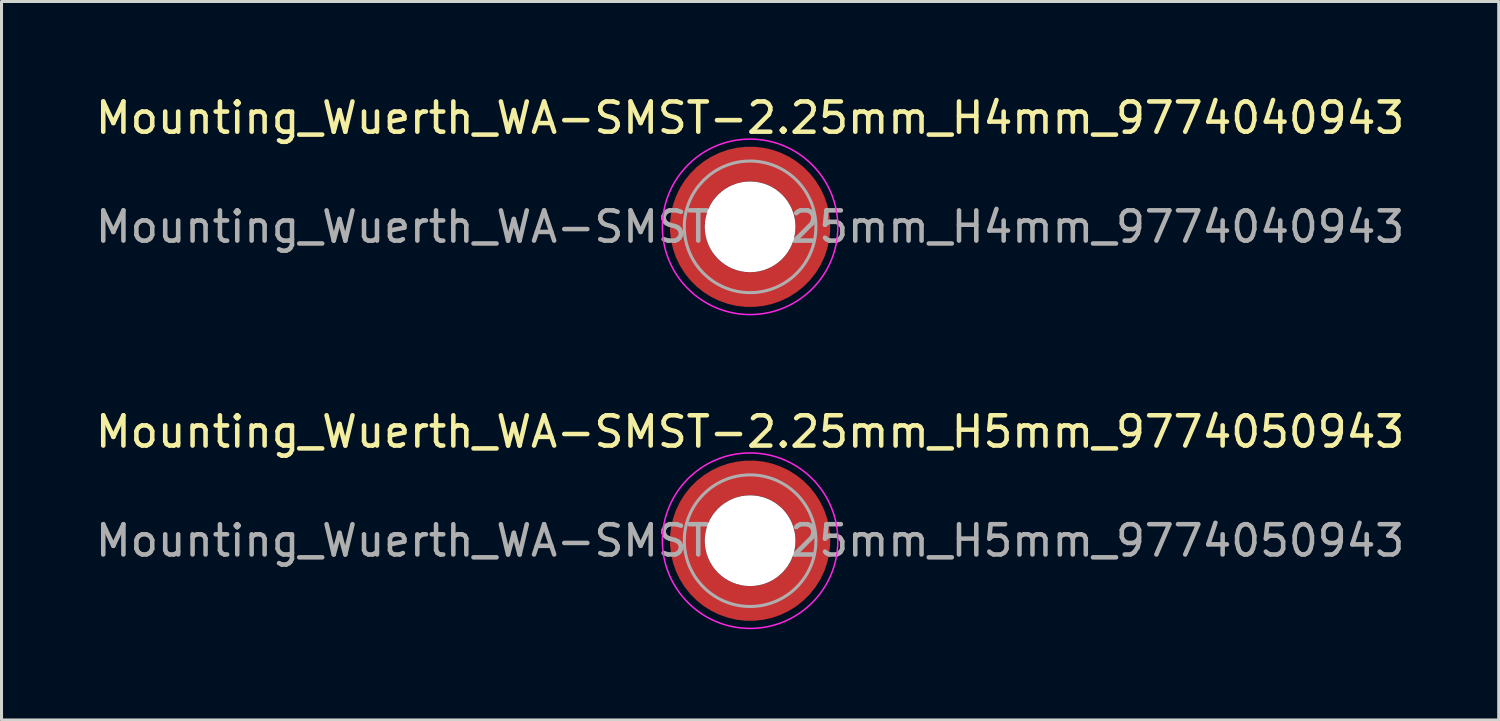
<source format=kicad_pcb>
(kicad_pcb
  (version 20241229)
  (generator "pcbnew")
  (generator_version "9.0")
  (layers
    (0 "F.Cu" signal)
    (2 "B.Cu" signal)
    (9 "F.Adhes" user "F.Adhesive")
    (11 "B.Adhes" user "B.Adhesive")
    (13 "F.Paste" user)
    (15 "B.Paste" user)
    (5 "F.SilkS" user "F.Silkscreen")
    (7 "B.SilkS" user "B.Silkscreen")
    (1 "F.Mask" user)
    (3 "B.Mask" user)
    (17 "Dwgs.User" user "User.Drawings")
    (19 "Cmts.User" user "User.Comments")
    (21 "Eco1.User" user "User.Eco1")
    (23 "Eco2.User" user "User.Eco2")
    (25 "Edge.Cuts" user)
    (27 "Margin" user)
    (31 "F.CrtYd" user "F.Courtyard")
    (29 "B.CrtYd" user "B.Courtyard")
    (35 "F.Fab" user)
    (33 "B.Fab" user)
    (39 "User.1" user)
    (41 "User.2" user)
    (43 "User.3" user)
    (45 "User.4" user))
  (footprint "Mounting_Wuerth_WA-SMST-2.25mm_H5mm_9774050943"
    (layer "F.Cu")
    (at 21.744 14.822)
    (property "Reference" "Mounting_Wuerth_WA-SMST-2.25mm_H5mm_9774050943" (at 0 -3.6 0) (layer "F.SilkS") (effects (font (size 1 1) (thickness 0.15))))
    (attr smd allow_soldermask_bridges)
    (fp_circle (center 0 0) (end 2.9 0) (stroke (width 0.05) (type solid)) (fill no) (layer "F.CrtYd"))
    (fp_circle (center 0 0) (end 2.175 0) (stroke (width 0.1) (type solid)) (fill no) (layer "F.Fab"))
    (fp_text user "${REFERENCE}" (at 0 0 0) (layer "F.Fab") (effects (font (size 1 1) (thickness 0.15))))
    (pad "" smd custom (at -1.453 -1.453) (size 0.505 0.505) (layers "F.Paste") (options (anchor circle)) (primitives (gr_arc (start -0.147677 1.053104) (mid 0.286378 0.286378) (end 1.053104 -0.147677) (width 0.2)) (gr_arc (start -0.240295 1.053104) (mid 0.222739 0.222739) (end 1.053104 -0.240295) (width 0.2)) (gr_arc (start -0.332645 1.053104) (mid 0.159099 0.159099) (end 1.053104 -0.332645) (width 0.2)) (gr_arc (start -0.424767 1.053104) (mid 0.095459 0.095459) (end 1.053104 -0.424767) (width 0.2)) (gr_arc (start -0.516693 1.053104) (mid 0.03182 0.03182) (end 1.053104 -0.516693) (width 0.2)) (gr_arc (start -0.608448 1.053104) (mid -0.03182 -0.03182) (end 1.053104 -0.608448) (width 0.2)) (gr_arc (start -0.700056 1.053104) (mid -0.095459 -0.095459) (end 1.053104 -0.700056) (width 0.2)) (gr_arc (start -0.791534 1.053104) (mid -0.159099 -0.159099) (end 1.053104 -0.791534) (width 0.2)) (gr_arc (start -0.882896 1.053104) (mid -0.222739 -0.222739) (end 1.053104 -0.882896) (width 0.2)) (gr_arc (start -0.974157 1.053104) (mid -0.286378 -0.286378) (end 1.053104 -0.974157) (width 0.2)) (gr_line (start 1.053 -0.148) (end 1.053 -0.974) (width 0.2)) (gr_line (start -0.148 1.053) (end -0.974 1.053) (width 0.2))))
    (pad "" smd custom (at -1.453 1.453) (size 0.505 0.505) (layers "F.Paste") (options (anchor circle)) (primitives (gr_arc (start 1.053104 0.147677) (mid 0.286378 -0.286378) (end -0.147677 -1.053104) (width 0.2)) (gr_arc (start 1.053104 0.240295) (mid 0.222739 -0.222739) (end -0.240295 -1.053104) (width 0.2)) (gr_arc (start 1.053104 0.332645) (mid 0.159099 -0.159099) (end -0.332645 -1.053104) (width 0.2)) (gr_arc (start 1.053104 0.424767) (mid 0.095459 -0.095459) (end -0.424767 -1.053104) (width 0.2)) (gr_arc (start 1.053104 0.516693) (mid 0.03182 -0.03182) (end -0.516693 -1.053104) (width 0.2)) (gr_arc (start 1.053104 0.608448) (mid -0.03182 0.03182) (end -0.608448 -1.053104) (width 0.2)) (gr_arc (start 1.053104 0.700056) (mid -0.095459 0.095459) (end -0.700056 -1.053104) (width 0.2)) (gr_arc (start 1.053104 0.791534) (mid -0.159099 0.159099) (end -0.791534 -1.053104) (width 0.2)) (gr_arc (start 1.053104 0.882896) (mid -0.222739 0.222739) (end -0.882896 -1.053104) (width 0.2)) (gr_arc (start 1.053104 0.974157) (mid -0.286378 0.286378) (end -0.974157 -1.053104) (width 0.2)) (gr_line (start -0.148 -1.053) (end -0.974 -1.053) (width 0.2)) (gr_line (start 1.053 0.148) (end 1.053 0.974) (width 0.2))))
    (pad "" np_thru_hole circle (at 0 0) (size 3 3) (drill 3) (layers "*.Cu" "*.Mask"))
    (pad "" smd custom (at 1.453 -1.453) (size 0.505 0.505) (layers "F.Paste") (options (anchor circle)) (primitives (gr_arc (start -1.053104 -0.147677) (mid -0.286378 0.286378) (end 0.147677 1.053104) (width 0.2)) (gr_arc (start -1.053104 -0.240295) (mid -0.222739 0.222739) (end 0.240295 1.053104) (width 0.2)) (gr_arc (start -1.053104 -0.332645) (mid -0.159099 0.159099) (end 0.332645 1.053104) (width 0.2)) (gr_arc (start -1.053104 -0.424767) (mid -0.095459 0.095459) (end 0.424767 1.053104) (width 0.2)) (gr_arc (start -1.053104 -0.516693) (mid -0.03182 0.03182) (end 0.516693 1.053104) (width 0.2)) (gr_arc (start -1.053104 -0.608448) (mid 0.03182 -0.03182) (end 0.608448 1.053104) (width 0.2)) (gr_arc (start -1.053104 -0.700056) (mid 0.095459 -0.095459) (end 0.700056 1.053104) (width 0.2)) (gr_arc (start -1.053104 -0.791534) (mid 0.159099 -0.159099) (end 0.791534 1.053104) (width 0.2)) (gr_arc (start -1.053104 -0.882896) (mid 0.222739 -0.222739) (end 0.882896 1.053104) (width 0.2)) (gr_arc (start -1.053104 -0.974157) (mid 0.286378 -0.286378) (end 0.974157 1.053104) (width 0.2)) (gr_line (start 0.148 1.053) (end 0.974 1.053) (width 0.2)) (gr_line (start -1.053 -0.148) (end -1.053 -0.974) (width 0.2))))
    (pad "" smd custom (at 1.453 1.453) (size 0.505 0.505) (layers "F.Paste") (options (anchor circle)) (primitives (gr_arc (start 0.147677 -1.053104) (mid -0.286378 -0.286378) (end -1.053104 0.147677) (width 0.2)) (gr_arc (start 0.240295 -1.053104) (mid -0.222739 -0.222739) (end -1.053104 0.240295) (width 0.2)) (gr_arc (start 0.332645 -1.053104) (mid -0.159099 -0.159099) (end -1.053104 0.332645) (width 0.2)) (gr_arc (start 0.424767 -1.053104) (mid -0.095459 -0.095459) (end -1.053104 0.424767) (width 0.2)) (gr_arc (start 0.516693 -1.053104) (mid -0.03182 -0.03182) (end -1.053104 0.516693) (width 0.2)) (gr_arc (start 0.608448 -1.053104) (mid 0.03182 0.03182) (end -1.053104 0.608448) (width 0.2)) (gr_arc (start 0.700056 -1.053104) (mid 0.095459 0.095459) (end -1.053104 0.700056) (width 0.2)) (gr_arc (start 0.791534 -1.053104) (mid 0.159099 0.159099) (end -1.053104 0.791534) (width 0.2)) (gr_arc (start 0.882896 -1.053104) (mid 0.222739 0.222739) (end -1.053104 0.882896) (width 0.2)) (gr_arc (start 0.974157 -1.053104) (mid 0.286378 0.286378) (end -1.053104 0.974157) (width 0.2)) (gr_line (start -1.053 0.148) (end -1.053 0.974) (width 0.2)) (gr_line (start 0.148 -1.053) (end 0.974 -1.053) (width 0.2))))
    (pad "1" smd circle (at -2.075 0) (size 0.642 0.642) (layers "F.Cu"))
    (pad "1" smd circle (at 0 -2.075) (size 0.642 0.642) (layers "F.Cu"))
    (pad "1" smd circle (at 0 2.075) (size 0.642 0.642) (layers "F.Cu"))
    (pad "1" smd custom (at 2.075 0) (size 1.15 1.15) (layers "F.Cu" "F.Mask") (options (anchor circle)) (primitives (gr_circle (center -2.075 0) (end 0 0) (width 1.15) (fill no)))))
  (footprint "Mounting_Wuerth_WA-SMST-2.25mm_H4mm_9774040943"
    (layer "F.Cu")
    (at 21.744 4.448)
    (property "Reference" "Mounting_Wuerth_WA-SMST-2.25mm_H4mm_9774040943" (at 0 -3.6 0) (layer "F.SilkS") (effects (font (size 1 1) (thickness 0.15))))
    (attr smd allow_soldermask_bridges)
    (fp_circle (center 0 0) (end 2.9 0) (stroke (width 0.05) (type solid)) (fill no) (layer "F.CrtYd"))
    (fp_circle (center 0 0) (end 2.175 0) (stroke (width 0.1) (type solid)) (fill no) (layer "F.Fab"))
    (fp_text user "${REFERENCE}" (at 0 0 0) (layer "F.Fab") (effects (font (size 1 1) (thickness 0.15))))
    (pad "" smd custom (at -1.453 -1.453) (size 0.505 0.505) (layers "F.Paste") (options (anchor circle)) (primitives (gr_arc (start -0.147677 1.053104) (mid 0.286378 0.286378) (end 1.053104 -0.147677) (width 0.2)) (gr_arc (start -0.240295 1.053104) (mid 0.222739 0.222739) (end 1.053104 -0.240295) (width 0.2)) (gr_arc (start -0.332645 1.053104) (mid 0.159099 0.159099) (end 1.053104 -0.332645) (width 0.2)) (gr_arc (start -0.424767 1.053104) (mid 0.095459 0.095459) (end 1.053104 -0.424767) (width 0.2)) (gr_arc (start -0.516693 1.053104) (mid 0.03182 0.03182) (end 1.053104 -0.516693) (width 0.2)) (gr_arc (start -0.608448 1.053104) (mid -0.03182 -0.03182) (end 1.053104 -0.608448) (width 0.2)) (gr_arc (start -0.700056 1.053104) (mid -0.095459 -0.095459) (end 1.053104 -0.700056) (width 0.2)) (gr_arc (start -0.791534 1.053104) (mid -0.159099 -0.159099) (end 1.053104 -0.791534) (width 0.2)) (gr_arc (start -0.882896 1.053104) (mid -0.222739 -0.222739) (end 1.053104 -0.882896) (width 0.2)) (gr_arc (start -0.974157 1.053104) (mid -0.286378 -0.286378) (end 1.053104 -0.974157) (width 0.2)) (gr_line (start 1.053 -0.148) (end 1.053 -0.974) (width 0.2)) (gr_line (start -0.148 1.053) (end -0.974 1.053) (width 0.2))))
    (pad "" smd custom (at -1.453 1.453) (size 0.505 0.505) (layers "F.Paste") (options (anchor circle)) (primitives (gr_arc (start 1.053104 0.147677) (mid 0.286378 -0.286378) (end -0.147677 -1.053104) (width 0.2)) (gr_arc (start 1.053104 0.240295) (mid 0.222739 -0.222739) (end -0.240295 -1.053104) (width 0.2)) (gr_arc (start 1.053104 0.332645) (mid 0.159099 -0.159099) (end -0.332645 -1.053104) (width 0.2)) (gr_arc (start 1.053104 0.424767) (mid 0.095459 -0.095459) (end -0.424767 -1.053104) (width 0.2)) (gr_arc (start 1.053104 0.516693) (mid 0.03182 -0.03182) (end -0.516693 -1.053104) (width 0.2)) (gr_arc (start 1.053104 0.608448) (mid -0.03182 0.03182) (end -0.608448 -1.053104) (width 0.2)) (gr_arc (start 1.053104 0.700056) (mid -0.095459 0.095459) (end -0.700056 -1.053104) (width 0.2)) (gr_arc (start 1.053104 0.791534) (mid -0.159099 0.159099) (end -0.791534 -1.053104) (width 0.2)) (gr_arc (start 1.053104 0.882896) (mid -0.222739 0.222739) (end -0.882896 -1.053104) (width 0.2)) (gr_arc (start 1.053104 0.974157) (mid -0.286378 0.286378) (end -0.974157 -1.053104) (width 0.2)) (gr_line (start -0.148 -1.053) (end -0.974 -1.053) (width 0.2)) (gr_line (start 1.053 0.148) (end 1.053 0.974) (width 0.2))))
    (pad "" np_thru_hole circle (at 0 0) (size 3 3) (drill 3) (layers "*.Cu" "*.Mask"))
    (pad "" smd custom (at 1.453 -1.453) (size 0.505 0.505) (layers "F.Paste") (options (anchor circle)) (primitives (gr_arc (start -1.053104 -0.147677) (mid -0.286378 0.286378) (end 0.147677 1.053104) (width 0.2)) (gr_arc (start -1.053104 -0.240295) (mid -0.222739 0.222739) (end 0.240295 1.053104) (width 0.2)) (gr_arc (start -1.053104 -0.332645) (mid -0.159099 0.159099) (end 0.332645 1.053104) (width 0.2)) (gr_arc (start -1.053104 -0.424767) (mid -0.095459 0.095459) (end 0.424767 1.053104) (width 0.2)) (gr_arc (start -1.053104 -0.516693) (mid -0.03182 0.03182) (end 0.516693 1.053104) (width 0.2)) (gr_arc (start -1.053104 -0.608448) (mid 0.03182 -0.03182) (end 0.608448 1.053104) (width 0.2)) (gr_arc (start -1.053104 -0.700056) (mid 0.095459 -0.095459) (end 0.700056 1.053104) (width 0.2)) (gr_arc (start -1.053104 -0.791534) (mid 0.159099 -0.159099) (end 0.791534 1.053104) (width 0.2)) (gr_arc (start -1.053104 -0.882896) (mid 0.222739 -0.222739) (end 0.882896 1.053104) (width 0.2)) (gr_arc (start -1.053104 -0.974157) (mid 0.286378 -0.286378) (end 0.974157 1.053104) (width 0.2)) (gr_line (start 0.148 1.053) (end 0.974 1.053) (width 0.2)) (gr_line (start -1.053 -0.148) (end -1.053 -0.974) (width 0.2))))
    (pad "" smd custom (at 1.453 1.453) (size 0.505 0.505) (layers "F.Paste") (options (anchor circle)) (primitives (gr_arc (start 0.147677 -1.053104) (mid -0.286378 -0.286378) (end -1.053104 0.147677) (width 0.2)) (gr_arc (start 0.240295 -1.053104) (mid -0.222739 -0.222739) (end -1.053104 0.240295) (width 0.2)) (gr_arc (start 0.332645 -1.053104) (mid -0.159099 -0.159099) (end -1.053104 0.332645) (width 0.2)) (gr_arc (start 0.424767 -1.053104) (mid -0.095459 -0.095459) (end -1.053104 0.424767) (width 0.2)) (gr_arc (start 0.516693 -1.053104) (mid -0.03182 -0.03182) (end -1.053104 0.516693) (width 0.2)) (gr_arc (start 0.608448 -1.053104) (mid 0.03182 0.03182) (end -1.053104 0.608448) (width 0.2)) (gr_arc (start 0.700056 -1.053104) (mid 0.095459 0.095459) (end -1.053104 0.700056) (width 0.2)) (gr_arc (start 0.791534 -1.053104) (mid 0.159099 0.159099) (end -1.053104 0.791534) (width 0.2)) (gr_arc (start 0.882896 -1.053104) (mid 0.222739 0.222739) (end -1.053104 0.882896) (width 0.2)) (gr_arc (start 0.974157 -1.053104) (mid 0.286378 0.286378) (end -1.053104 0.974157) (width 0.2)) (gr_line (start -1.053 0.148) (end -1.053 0.974) (width 0.2)) (gr_line (start 0.148 -1.053) (end 0.974 -1.053) (width 0.2))))
    (pad "1" smd circle (at -2.075 0) (size 0.642 0.642) (layers "F.Cu"))
    (pad "1" smd circle (at 0 -2.075) (size 0.642 0.642) (layers "F.Cu"))
    (pad "1" smd circle (at 0 2.075) (size 0.642 0.642) (layers "F.Cu"))
    (pad "1" smd custom (at 2.075 0) (size 1.15 1.15) (layers "F.Cu" "F.Mask") (options (anchor circle)) (primitives (gr_circle (center -2.075 0) (end 0 0) (width 1.15) (fill no)))))
  (gr_rect
    (start -3 -3)
    (end 46.488 20.747)
    (stroke (width 0.1) (type default))
    (fill no)
    (layer "Edge.Cuts")))
</source>
